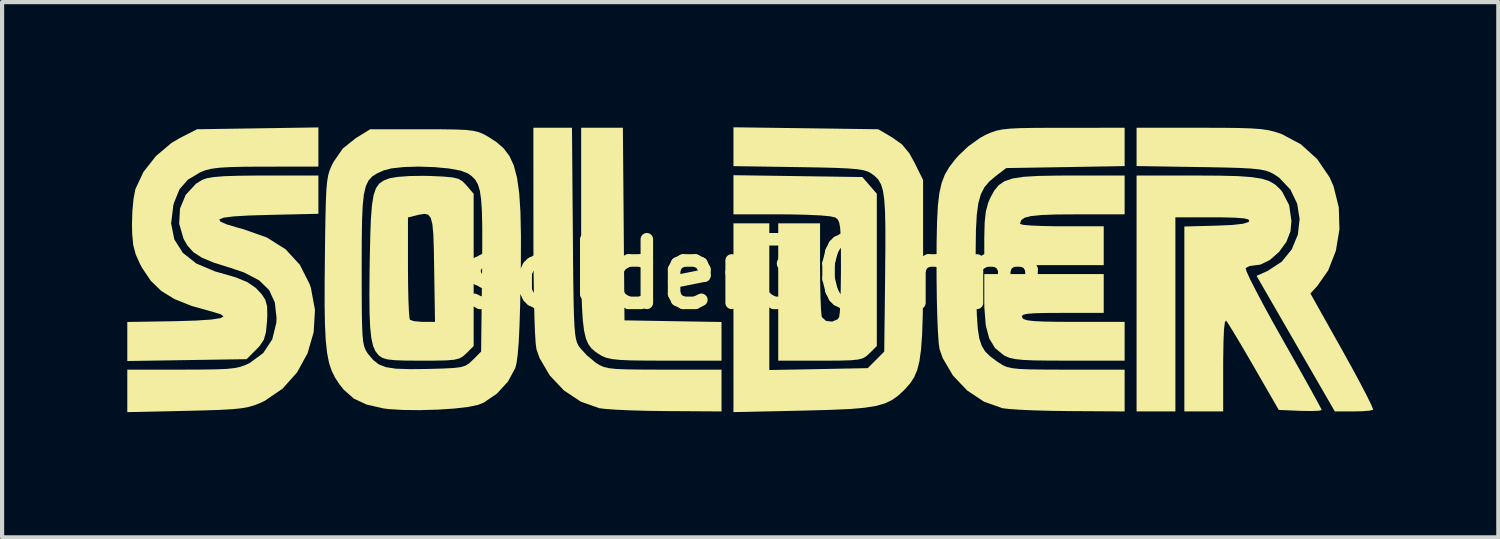
<source format=kicad_pcb>
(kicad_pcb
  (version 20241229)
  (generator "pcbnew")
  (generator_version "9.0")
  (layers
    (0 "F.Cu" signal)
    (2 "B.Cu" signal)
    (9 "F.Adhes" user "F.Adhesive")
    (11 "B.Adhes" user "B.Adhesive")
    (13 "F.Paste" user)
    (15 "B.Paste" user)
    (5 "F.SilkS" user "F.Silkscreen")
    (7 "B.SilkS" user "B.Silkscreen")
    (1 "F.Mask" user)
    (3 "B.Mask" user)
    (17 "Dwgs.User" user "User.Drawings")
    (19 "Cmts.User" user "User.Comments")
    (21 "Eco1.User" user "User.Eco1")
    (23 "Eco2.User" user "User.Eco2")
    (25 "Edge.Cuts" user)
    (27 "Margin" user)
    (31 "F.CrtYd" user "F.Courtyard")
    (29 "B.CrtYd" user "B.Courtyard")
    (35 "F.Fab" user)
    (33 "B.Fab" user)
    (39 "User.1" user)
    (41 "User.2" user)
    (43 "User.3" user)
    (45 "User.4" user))
  (footprint "solder30mm"
    (layer "F.Cu")
    (at 15.025 3.517)
    (property "Reference" "solder30mm" (at 0 0 0) (layer "F.SilkS") (effects (font (size 1.524 1.524) (thickness 0.3))))
    (attr board_only exclude_from_pos_files exclude_from_bom)
    (fp_poly (pts (xy -3.131 -1.198) (xy -3.112 1.109) (xy -1.95 1.129) (xy -0.787 1.148) (xy -0.787 2.075) (xy -2.129 2.075) (xy -2.609 2.073) (xy -2.968 2.068) (xy -3.229 2.056) (xy -3.415 2.036) (xy -3.546 2.007) (xy -3.646 1.965) (xy -3.691 1.94) (xy -3.807 1.864) (xy -3.902 1.782) (xy -3.978 1.68) (xy -4.037 1.542) (xy -4.08 1.355) (xy -4.111 1.104) (xy -4.131 0.773) (xy -4.143 0.348) (xy -4.148 -0.185) (xy -4.15 -0.842) (xy -4.15 -1.102) (xy -4.15 -3.506) (xy -3.15 -3.506)) (stroke (width 0) (type solid)) (fill yes) (layer "F.SilkS"))
    (fp_poly (pts (xy 8.371 0.93) (xy 7.372 0.93) (xy 6.972 0.932) (xy 6.696 0.939) (xy 6.524 0.954) (xy 6.434 0.978) (xy 6.409 1.014) (xy 6.414 1.037) (xy 6.45 1.078) (xy 6.537 1.107) (xy 6.693 1.126) (xy 6.938 1.138) (xy 7.291 1.144) (xy 7.663 1.145) (xy 8.872 1.145) (xy 8.872 2.075) (xy 7.531 2.075) (xy 7.05 2.073) (xy 6.691 2.068) (xy 6.43 2.056) (xy 6.245 2.036) (xy 6.113 2.007) (xy 6.013 1.965) (xy 5.969 1.94) (xy 5.765 1.771) (xy 5.626 1.54) (xy 5.544 1.225) (xy 5.511 0.802) (xy 5.509 0.651) (xy 5.509 0) (xy 8.371 0)) (stroke (width 0) (type solid)) (fill yes) (layer "F.SilkS"))
    (fp_poly (pts (xy 8.872 -1.431) (xy 7.706 -1.431) (xy 7.229 -1.428) (xy 6.877 -1.415) (xy 6.632 -1.391) (xy 6.478 -1.352) (xy 6.396 -1.295) (xy 6.368 -1.217) (xy 6.368 -1.202) (xy 6.435 -1.181) (xy 6.62 -1.164) (xy 6.897 -1.152) (xy 7.24 -1.145) (xy 7.37 -1.145) (xy 8.371 -1.145) (xy 8.371 -0.215) (xy 5.509 -0.215) (xy 5.509 -0.872) (xy 5.518 -1.236) (xy 5.547 -1.502) (xy 5.604 -1.712) (xy 5.656 -1.831) (xy 5.749 -2.002) (xy 5.856 -2.131) (xy 5.996 -2.226) (xy 6.19 -2.291) (xy 6.456 -2.331) (xy 6.816 -2.352) (xy 7.289 -2.36) (xy 7.577 -2.361) (xy 8.872 -2.361)) (stroke (width 0) (type solid)) (fill yes) (layer "F.SilkS"))
    (fp_poly (pts (xy -4.349 -0.971) (xy -4.344 -0.301) (xy -4.338 0.241) (xy -4.331 0.67) (xy -4.322 1.002) (xy -4.31 1.25) (xy -4.295 1.43) (xy -4.274 1.557) (xy -4.248 1.646) (xy -4.216 1.712) (xy -4.179 1.766) (xy -4.014 1.946) (xy -3.812 2.115) (xy -3.793 2.129) (xy -3.704 2.184) (xy -3.61 2.225) (xy -3.488 2.254) (xy -3.317 2.273) (xy -3.074 2.283) (xy -2.738 2.288) (xy -2.284 2.29) (xy -2.172 2.29) (xy -0.787 2.29) (xy -0.787 3.291) (xy -2.093 3.283) (xy -2.536 3.277) (xy -2.952 3.266) (xy -3.31 3.25) (xy -3.581 3.23) (xy -3.717 3.213) (xy -4.157 3.058) (xy -4.562 2.789) (xy -4.901 2.431) (xy -5.146 2.014) (xy -5.221 1.801) (xy -5.24 1.659) (xy -5.257 1.388) (xy -5.271 1.001) (xy -5.282 0.514) (xy -5.29 -0.06) (xy -5.294 -0.707) (xy -5.294 -0.984) (xy -5.295 -3.506) (xy -4.37 -3.506)) (stroke (width 0) (type solid)) (fill yes) (layer "F.SilkS"))
    (fp_poly (pts (xy 1.044 -2.347) (xy 2.588 -2.325) (xy 2.761 -2.125) (xy 2.934 -1.924) (xy 2.934 1.724) (xy 2.758 1.899) (xy 2.682 1.969) (xy 2.6 2.017) (xy 2.486 2.048) (xy 2.314 2.065) (xy 2.058 2.073) (xy 1.691 2.075) (xy 1.577 2.075) (xy 0.572 2.075) (xy 0.572 -1.216) (xy 1.574 -1.216) (xy 1.574 -0.149) (xy 1.577 0.235) (xy 1.585 0.573) (xy 1.596 0.838) (xy 1.611 1) (xy 1.618 1.032) (xy 1.716 1.122) (xy 1.866 1.139) (xy 1.997 1.082) (xy 2.031 1.032) (xy 2.047 0.923) (xy 2.059 0.7) (xy 2.069 0.389) (xy 2.074 0.018) (xy 2.075 -0.182) (xy 2.074 -0.604) (xy 2.068 -0.905) (xy 2.056 -1.107) (xy 2.033 -1.234) (xy 1.999 -1.307) (xy 1.95 -1.349) (xy 1.937 -1.357) (xy 1.816 -1.384) (xy 1.578 -1.406) (xy 1.247 -1.421) (xy 0.848 -1.43) (xy 0.649 -1.431) (xy -0.501 -1.431) (xy -0.501 -2.369)) (stroke (width 0) (type solid)) (fill yes) (layer "F.SilkS"))
    (fp_poly (pts (xy 11.212 -3.505) (xy 11.611 -3.5) (xy 11.912 -3.49) (xy 12.141 -3.473) (xy 12.319 -3.447) (xy 12.47 -3.41) (xy 12.618 -3.361) (xy 12.639 -3.353) (xy 13.096 -3.109) (xy 13.486 -2.755) (xy 13.783 -2.319) (xy 13.877 -2.106) (xy 14.003 -1.601) (xy 14.019 -1.073) (xy 13.933 -0.557) (xy 13.749 -0.087) (xy 13.488 0.286) (xy 13.323 0.465) (xy 14.094 1.839) (xy 14.316 2.24) (xy 14.51 2.599) (xy 14.665 2.896) (xy 14.773 3.115) (xy 14.824 3.235) (xy 14.826 3.252) (xy 14.739 3.273) (xy 14.552 3.287) (xy 14.348 3.291) (xy 13.908 3.291) (xy 12.97 1.667) (xy 12.033 0.043) (xy 12.298 -0.076) (xy 12.636 -0.296) (xy 12.878 -0.595) (xy 13.022 -0.944) (xy 13.065 -1.317) (xy 13.006 -1.687) (xy 12.843 -2.026) (xy 12.575 -2.309) (xy 12.449 -2.393) (xy 12.354 -2.442) (xy 12.245 -2.48) (xy 12.102 -2.508) (xy 11.902 -2.528) (xy 11.626 -2.543) (xy 11.252 -2.554) (xy 10.758 -2.563) (xy 10.679 -2.564) (xy 9.158 -2.588) (xy 9.158 -3.506) (xy 10.694 -3.506)) (stroke (width 0) (type solid)) (fill yes) (layer "F.SilkS"))
    (fp_poly (pts (xy 1.234 -3.494) (xy 2.969 -3.47) (xy 3.304 -3.273) (xy 3.537 -3.107) (xy 3.711 -2.898) (xy 3.84 -2.665) (xy 4.043 -2.254) (xy 4.043 -0.215) (xy 4.041 0.465) (xy 4.034 1.019) (xy 4.019 1.463) (xy 3.993 1.813) (xy 3.955 2.087) (xy 3.901 2.301) (xy 3.829 2.471) (xy 3.736 2.614) (xy 3.62 2.747) (xy 3.582 2.786) (xy 3.439 2.918) (xy 3.291 3.022) (xy 3.12 3.102) (xy 2.906 3.161) (xy 2.63 3.204) (xy 2.272 3.234) (xy 1.812 3.254) (xy 1.233 3.27) (xy 1.127 3.272) (xy -0.501 3.307) (xy -0.501 -1.216) (xy 0.358 -1.216) (xy 0.358 2.299) (xy 1.537 2.277) (xy 2.716 2.254) (xy 2.914 2.056) (xy 3.112 1.857) (xy 3.134 -0.014) (xy 3.139 -0.63) (xy 3.139 -1.12) (xy 3.131 -1.5) (xy 3.112 -1.787) (xy 3.081 -1.999) (xy 3.034 -2.152) (xy 2.97 -2.263) (xy 2.886 -2.348) (xy 2.801 -2.411) (xy 2.722 -2.455) (xy 2.616 -2.488) (xy 2.463 -2.513) (xy 2.243 -2.531) (xy 1.938 -2.545) (xy 1.526 -2.555) (xy 1.055 -2.563) (xy -0.501 -2.586) (xy -0.501 -3.517)) (stroke (width 0) (type solid)) (fill yes) (layer "F.SilkS"))
    (fp_poly (pts (xy -10.446 -2.576) (xy -11.716 -2.574) (xy -12.193 -2.572) (xy -12.55 -2.564) (xy -12.813 -2.549) (xy -13.006 -2.524) (xy -13.153 -2.488) (xy -13.272 -2.441) (xy -13.574 -2.262) (xy -13.774 -2.032) (xy -13.905 -1.71) (xy -13.921 -1.654) (xy -13.975 -1.215) (xy -13.899 -0.832) (xy -13.695 -0.509) (xy -13.367 -0.251) (xy -12.918 -0.062) (xy -12.803 -0.03) (xy -12.421 0.08) (xy -12.147 0.194) (xy -11.948 0.33) (xy -11.805 0.482) (xy -11.717 0.619) (xy -11.675 0.773) (xy -11.67 0.994) (xy -11.677 1.129) (xy -11.703 1.396) (xy -11.754 1.574) (xy -11.851 1.719) (xy -11.936 1.809) (xy -12.166 2.039) (xy -13.596 2.061) (xy -15.025 2.083) (xy -15.025 1.148) (xy -13.88 1.129) (xy -13.377 1.114) (xy -13.015 1.09) (xy -12.795 1.057) (xy -12.718 1.015) (xy -12.783 0.964) (xy -12.95 0.913) (xy -13.481 0.764) (xy -13.894 0.599) (xy -14.213 0.403) (xy -14.464 0.159) (xy -14.67 -0.148) (xy -14.72 -0.241) (xy -14.823 -0.47) (xy -14.882 -0.692) (xy -14.908 -0.964) (xy -14.913 -1.181) (xy -14.904 -1.497) (xy -14.876 -1.799) (xy -14.834 -2.023) (xy -14.829 -2.039) (xy -14.638 -2.447) (xy -14.339 -2.827) (xy -13.969 -3.14) (xy -13.777 -3.254) (xy -13.355 -3.47) (xy -11.901 -3.492) (xy -10.446 -3.514)) (stroke (width 0) (type solid)) (fill yes) (layer "F.SilkS"))
    (fp_poly (pts (xy 11.148 -2.358) (xy 11.582 -2.347) (xy 11.912 -2.324) (xy 12.158 -2.285) (xy 12.341 -2.226) (xy 12.48 -2.144) (xy 12.596 -2.035) (xy 12.65 -1.969) (xy 12.814 -1.651) (xy 12.869 -1.272) (xy 12.845 -1.023) (xy 12.747 -0.771) (xy 12.571 -0.53) (xy 12.351 -0.337) (xy 12.125 -0.227) (xy 12.033 -0.215) (xy 11.865 -0.193) (xy 11.77 -0.143) (xy 11.792 -0.065) (xy 11.877 0.121) (xy 12.017 0.396) (xy 12.201 0.744) (xy 12.422 1.148) (xy 12.66 1.572) (xy 12.909 2.012) (xy 13.133 2.411) (xy 13.323 2.752) (xy 13.469 3.017) (xy 13.563 3.192) (xy 13.594 3.257) (xy 13.529 3.274) (xy 13.356 3.281) (xy 13.112 3.278) (xy 13.08 3.277) (xy 12.565 3.255) (xy 11.967 2.218) (xy 11.764 1.868) (xy 11.582 1.561) (xy 11.435 1.317) (xy 11.335 1.16) (xy 11.301 1.113) (xy 11.274 1.152) (xy 11.253 1.326) (xy 11.24 1.626) (xy 11.234 2.041) (xy 11.233 2.168) (xy 11.233 3.291) (xy 10.303 3.291) (xy 10.303 -1.14) (xy 11.066 -1.16) (xy 11.453 -1.177) (xy 11.706 -1.205) (xy 11.837 -1.245) (xy 11.859 -1.27) (xy 11.838 -1.309) (xy 11.733 -1.335) (xy 11.526 -1.351) (xy 11.202 -1.359) (xy 10.989 -1.359) (xy 10.088 -1.359) (xy 10.088 3.291) (xy 9.158 3.291) (xy 9.158 -2.361) (xy 10.592 -2.361)) (stroke (width 0) (type solid)) (fill yes) (layer "F.SilkS"))
    (fp_poly (pts (xy -10.446 -1.444) (xy -11.585 -1.419) (xy -12.1 -1.404) (xy -12.475 -1.382) (xy -12.714 -1.352) (xy -12.819 -1.311) (xy -12.796 -1.258) (xy -12.646 -1.192) (xy -12.373 -1.11) (xy -12.245 -1.076) (xy -11.68 -0.876) (xy -11.231 -0.593) (xy -10.891 -0.223) (xy -10.657 0.238) (xy -10.625 0.332) (xy -10.528 0.86) (xy -10.559 1.39) (xy -10.705 1.896) (xy -10.957 2.356) (xy -11.304 2.745) (xy -11.735 3.039) (xy -11.834 3.086) (xy -11.974 3.142) (xy -12.119 3.184) (xy -12.293 3.216) (xy -12.52 3.238) (xy -12.823 3.255) (xy -13.228 3.268) (xy -13.612 3.277) (xy -15.025 3.308) (xy -15.025 2.29) (xy -13.717 2.29) (xy -13.247 2.288) (xy -12.896 2.283) (xy -12.639 2.272) (xy -12.452 2.252) (xy -12.309 2.22) (xy -12.187 2.175) (xy -12.089 2.129) (xy -11.767 1.891) (xy -11.552 1.565) (xy -11.454 1.168) (xy -11.449 1.052) (xy -11.49 0.681) (xy -11.625 0.385) (xy -11.866 0.15) (xy -12.226 -0.038) (xy -12.548 -0.147) (xy -12.951 -0.273) (xy -13.24 -0.394) (xy -13.443 -0.526) (xy -13.586 -0.686) (xy -13.676 -0.843) (xy -13.782 -1.208) (xy -13.762 -1.57) (xy -13.625 -1.899) (xy -13.381 -2.163) (xy -13.234 -2.255) (xy -13.121 -2.296) (xy -12.95 -2.325) (xy -12.701 -2.345) (xy -12.353 -2.356) (xy -11.888 -2.361) (xy -11.738 -2.361) (xy -10.446 -2.361)) (stroke (width 0) (type solid)) (fill yes) (layer "F.SilkS"))
    (fp_poly (pts (xy -7.77 -2.351) (xy -7.445 -2.336) (xy -7.23 -2.316) (xy -7.091 -2.282) (xy -6.994 -2.224) (xy -6.907 -2.135) (xy -6.898 -2.125) (xy -6.726 -1.924) (xy -6.726 1.724) (xy -6.901 1.899) (xy -6.982 1.972) (xy -7.069 2.022) (xy -7.192 2.052) (xy -7.378 2.068) (xy -7.656 2.074) (xy -7.974 2.075) (xy -8.356 2.073) (xy -8.621 2.063) (xy -8.797 2.043) (xy -8.911 2.009) (xy -8.99 1.956) (xy -9.01 1.937) (xy -9.082 1.844) (xy -9.137 1.715) (xy -9.178 1.533) (xy -9.205 1.282) (xy -9.22 0.945) (xy -9.224 0.506) (xy -9.22 -0.053) (xy -9.218 -0.154) (xy -8.3 -0.154) (xy -8.297 0.248) (xy -8.29 0.598) (xy -8.278 0.872) (xy -8.264 1.047) (xy -8.252 1.097) (xy -8.155 1.128) (xy -7.977 1.144) (xy -7.928 1.145) (xy -7.652 1.145) (xy -7.672 -0.124) (xy -7.68 -0.601) (xy -7.692 -0.952) (xy -7.715 -1.194) (xy -7.753 -1.345) (xy -7.814 -1.422) (xy -7.903 -1.443) (xy -8.027 -1.424) (xy -8.127 -1.4) (xy -8.3 -1.357) (xy -8.3 -0.154) (xy -9.218 -0.154) (xy -9.216 -0.322) (xy -9.204 -0.886) (xy -9.188 -1.324) (xy -9.162 -1.654) (xy -9.123 -1.893) (xy -9.066 -2.059) (xy -8.986 -2.17) (xy -8.88 -2.242) (xy -8.744 -2.294) (xy -8.73 -2.298) (xy -8.543 -2.329) (xy -8.261 -2.349) (xy -7.932 -2.354)) (stroke (width 0) (type solid)) (fill yes) (layer "F.SilkS"))
    (fp_poly (pts (xy 8.872 -2.587) (xy 7.453 -2.563) (xy 6.034 -2.54) (xy 5.778 -2.344) (xy 5.629 -2.218) (xy 5.513 -2.081) (xy 5.427 -1.914) (xy 5.367 -1.699) (xy 5.329 -1.417) (xy 5.309 -1.048) (xy 5.303 -0.574) (xy 5.308 0.016) (xy 5.317 0.562) (xy 5.331 0.985) (xy 5.353 1.306) (xy 5.39 1.544) (xy 5.448 1.72) (xy 5.531 1.855) (xy 5.645 1.968) (xy 5.795 2.08) (xy 5.866 2.129) (xy 5.955 2.184) (xy 6.049 2.225) (xy 6.171 2.254) (xy 6.342 2.273) (xy 6.585 2.283) (xy 6.922 2.288) (xy 7.375 2.29) (xy 7.487 2.29) (xy 8.872 2.29) (xy 8.872 3.291) (xy 7.566 3.283) (xy 7.123 3.277) (xy 6.707 3.266) (xy 6.349 3.25) (xy 6.078 3.23) (xy 5.942 3.213) (xy 5.502 3.058) (xy 5.098 2.789) (xy 4.758 2.431) (xy 4.513 2.014) (xy 4.438 1.801) (xy 4.417 1.656) (xy 4.399 1.391) (xy 4.383 1.031) (xy 4.372 0.6) (xy 4.366 0.122) (xy 4.365 -0.148) (xy 4.367 -0.761) (xy 4.377 -1.251) (xy 4.397 -1.639) (xy 4.433 -1.943) (xy 4.488 -2.186) (xy 4.565 -2.385) (xy 4.67 -2.563) (xy 4.805 -2.739) (xy 4.886 -2.833) (xy 5.125 -3.06) (xy 5.401 -3.259) (xy 5.542 -3.337) (xy 5.671 -3.393) (xy 5.796 -3.435) (xy 5.94 -3.465) (xy 6.126 -3.485) (xy 6.377 -3.497) (xy 6.716 -3.503) (xy 7.165 -3.505) (xy 7.387 -3.505) (xy 8.872 -3.506)) (stroke (width 0) (type solid)) (fill yes) (layer "F.SilkS"))
    (fp_poly (pts (xy -7.491 -3.469) (xy -7.153 -3.464) (xy -6.909 -3.453) (xy -6.733 -3.432) (xy -6.602 -3.4) (xy -6.489 -3.353) (xy -6.392 -3.3) (xy -6.179 -3.163) (xy -6.006 -3.011) (xy -5.868 -2.828) (xy -5.763 -2.6) (xy -5.687 -2.31) (xy -5.635 -1.945) (xy -5.605 -1.488) (xy -5.593 -0.924) (xy -5.595 -0.239) (xy -5.599 0.058) (xy -5.611 0.707) (xy -5.627 1.226) (xy -5.646 1.628) (xy -5.67 1.927) (xy -5.699 2.136) (xy -5.729 2.253) (xy -5.904 2.576) (xy -6.17 2.866) (xy -6.482 3.078) (xy -6.619 3.134) (xy -6.853 3.183) (xy -7.189 3.222) (xy -7.587 3.248) (xy -8.007 3.26) (xy -8.409 3.256) (xy -8.752 3.236) (xy -8.888 3.219) (xy -9.293 3.126) (xy -9.598 2.983) (xy -9.841 2.768) (xy -9.943 2.639) (xy -10.046 2.483) (xy -10.128 2.317) (xy -10.192 2.124) (xy -10.238 1.887) (xy -10.27 1.588) (xy -10.289 1.211) (xy -10.297 0.739) (xy -10.296 0.153) (xy -10.293 -0.134) (xy -9.409 -0.134) (xy -9.408 0.429) (xy -9.406 0.866) (xy -9.4 1.197) (xy -9.39 1.439) (xy -9.374 1.611) (xy -9.35 1.73) (xy -9.318 1.815) (xy -9.276 1.885) (xy -9.259 1.909) (xy -9.133 2.059) (xy -8.998 2.164) (xy -8.826 2.231) (xy -8.591 2.267) (xy -8.266 2.278) (xy -7.854 2.274) (xy -7.477 2.264) (xy -7.215 2.251) (xy -7.039 2.23) (xy -6.921 2.194) (xy -6.833 2.138) (xy -6.746 2.056) (xy -6.745 2.056) (xy -6.547 1.857) (xy -6.525 -0.014) (xy -6.52 -0.63) (xy -6.52 -1.12) (xy -6.528 -1.5) (xy -6.547 -1.788) (xy -6.578 -2) (xy -6.625 -2.152) (xy -6.689 -2.263) (xy -6.773 -2.347) (xy -6.858 -2.409) (xy -7.039 -2.479) (xy -7.323 -2.531) (xy -7.67 -2.563) (xy -8.042 -2.575) (xy -8.398 -2.565) (xy -8.699 -2.532) (xy -8.887 -2.482) (xy -9.036 -2.415) (xy -9.154 -2.341) (xy -9.243 -2.244) (xy -9.309 -2.108) (xy -9.355 -1.914) (xy -9.384 -1.647) (xy -9.4 -1.29) (xy -9.407 -0.826) (xy -9.409 -0.238) (xy -9.409 -0.134) (xy -10.293 -0.134) (xy -10.291 -0.36) (xy -10.284 -0.942) (xy -10.276 -1.4) (xy -10.267 -1.752) (xy -10.255 -2.017) (xy -10.237 -2.214) (xy -10.213 -2.36) (xy -10.181 -2.475) (xy -10.138 -2.578) (xy -10.085 -2.685) (xy -9.861 -3.009) (xy -9.553 -3.255) (xy -9.205 -3.47) (xy -7.947 -3.47)) (stroke (width 0) (type solid)) (fill yes) (layer "F.SilkS")))
  (gr_rect
    (start -3 -3)
    (end 32.851 9.825)
    (stroke (width 0.1) (type default))
    (fill no)
    (layer "Edge.Cuts")))
</source>
